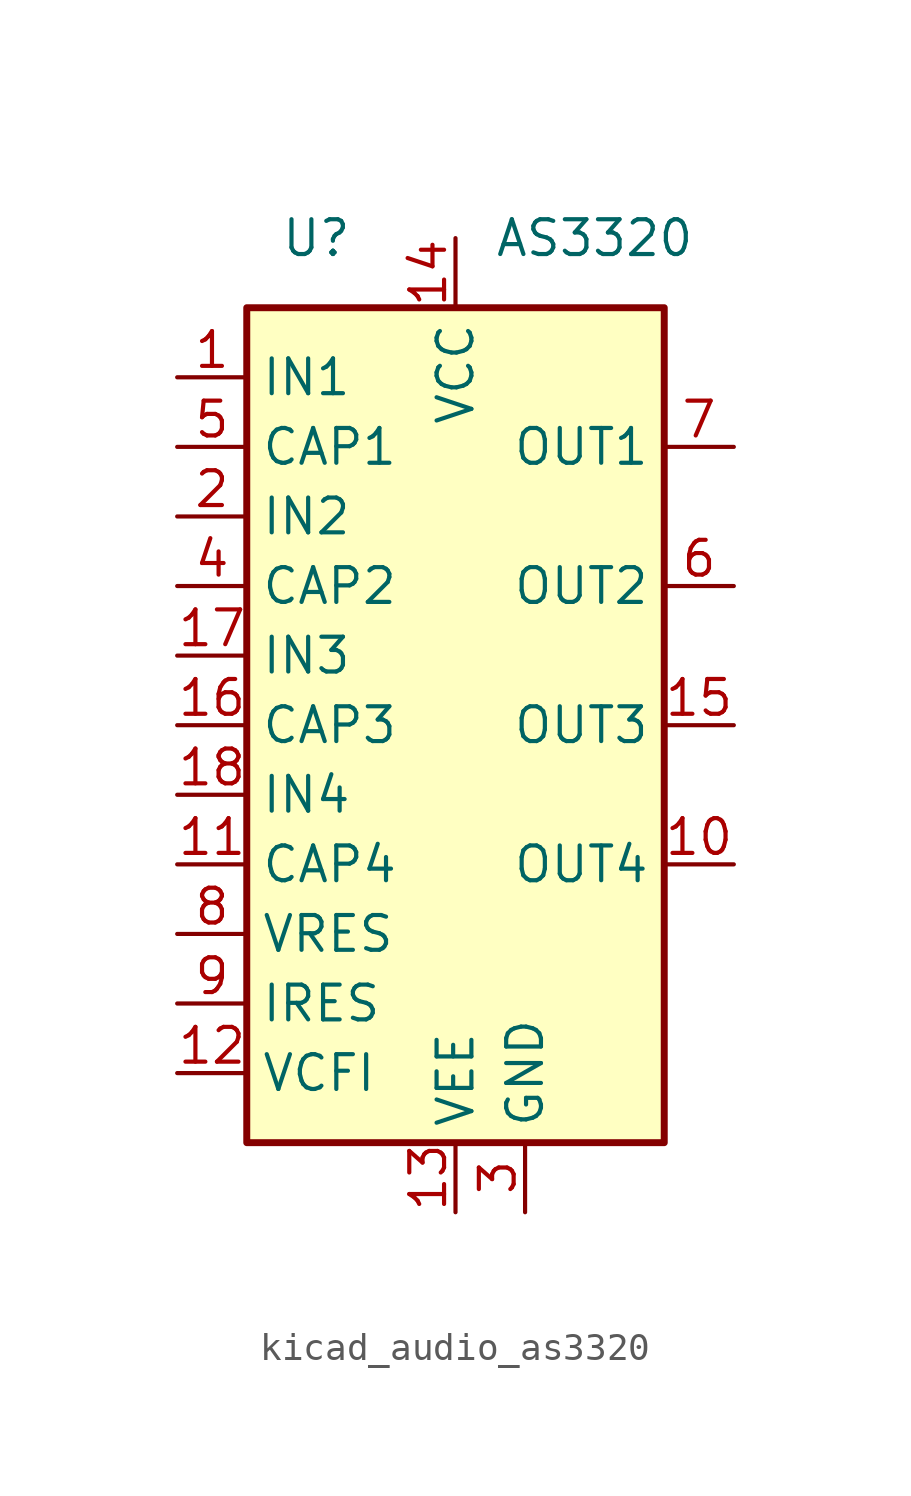
<source format=kicad_sym>
(kicad_symbol_lib
  (version 20220914)
  (generator kicad_symbol_editor)
  (symbol "kicad_audio_as3320"
    (property "Reference" "U"
      (at -5.08 17.78 0)
      (effects (font (size 1.27 1.27))))
    (property "Value" "AS3320"
      (at 5.08 17.78 0)
      (effects (font (size 1.27 1.27))))
    (symbol "kicad_audio_as3320_0_1"
      (rectangle (start -7.62 15.24) (end 7.62 -15.24) (stroke (width 0.254) (type default)) (fill (type background))))
    (symbol "kicad_audio_as3320_1_1"
      (pin input line (at -10.16 12.7 0) (length 2.54) (name "IN1" (effects (font (size 1.27 1.27)))) (number "1" (effects (font (size 1.27 1.27)))))
      (pin output line (at 10.16 -5.08 180) (length 2.54) (name "OUT4" (effects (font (size 1.27 1.27)))) (number "10" (effects (font (size 1.27 1.27)))))
      (pin passive line (at -10.16 -5.08 0) (length 2.54) (name "CAP4" (effects (font (size 1.27 1.27)))) (number "11" (effects (font (size 1.27 1.27)))))
      (pin input line (at -10.16 -12.7 0) (length 2.54) (name "VCFI" (effects (font (size 1.27 1.27)))) (number "12" (effects (font (size 1.27 1.27)))))
      (pin power_in line (at 0 -17.78 90) (length 2.54) (name "VEE" (effects (font (size 1.27 1.27)))) (number "13" (effects (font (size 1.27 1.27)))))
      (pin power_in line (at 0 17.78 270) (length 2.54) (name "VCC" (effects (font (size 1.27 1.27)))) (number "14" (effects (font (size 1.27 1.27)))))
      (pin output line (at 10.16 0 180) (length 2.54) (name "OUT3" (effects (font (size 1.27 1.27)))) (number "15" (effects (font (size 1.27 1.27)))))
      (pin passive line (at -10.16 0 0) (length 2.54) (name "CAP3" (effects (font (size 1.27 1.27)))) (number "16" (effects (font (size 1.27 1.27)))))
      (pin input line (at -10.16 2.54 0) (length 2.54) (name "IN3" (effects (font (size 1.27 1.27)))) (number "17" (effects (font (size 1.27 1.27)))))
      (pin input line (at -10.16 -2.54 0) (length 2.54) (name "IN4" (effects (font (size 1.27 1.27)))) (number "18" (effects (font (size 1.27 1.27)))))
      (pin input line (at -10.16 7.62 0) (length 2.54) (name "IN2" (effects (font (size 1.27 1.27)))) (number "2" (effects (font (size 1.27 1.27)))))
      (pin power_in line (at 2.54 -17.78 90) (length 2.54) (name "GND" (effects (font (size 1.27 1.27)))) (number "3" (effects (font (size 1.27 1.27)))))
      (pin passive line (at -10.16 5.08 0) (length 2.54) (name "CAP2" (effects (font (size 1.27 1.27)))) (number "4" (effects (font (size 1.27 1.27)))))
      (pin passive line (at -10.16 10.16 0) (length 2.54) (name "CAP1" (effects (font (size 1.27 1.27)))) (number "5" (effects (font (size 1.27 1.27)))))
      (pin output line (at 10.16 5.08 180) (length 2.54) (name "OUT2" (effects (font (size 1.27 1.27)))) (number "6" (effects (font (size 1.27 1.27)))))
      (pin output line (at 10.16 10.16 180) (length 2.54) (name "OUT1" (effects (font (size 1.27 1.27)))) (number "7" (effects (font (size 1.27 1.27)))))
      (pin input line (at -10.16 -7.62 0) (length 2.54) (name "VRES" (effects (font (size 1.27 1.27)))) (number "8" (effects (font (size 1.27 1.27)))))
      (pin input line (at -10.16 -10.16 0) (length 2.54) (name "IRES" (effects (font (size 1.27 1.27)))) (number "9" (effects (font (size 1.27 1.27))))))))
</source>
